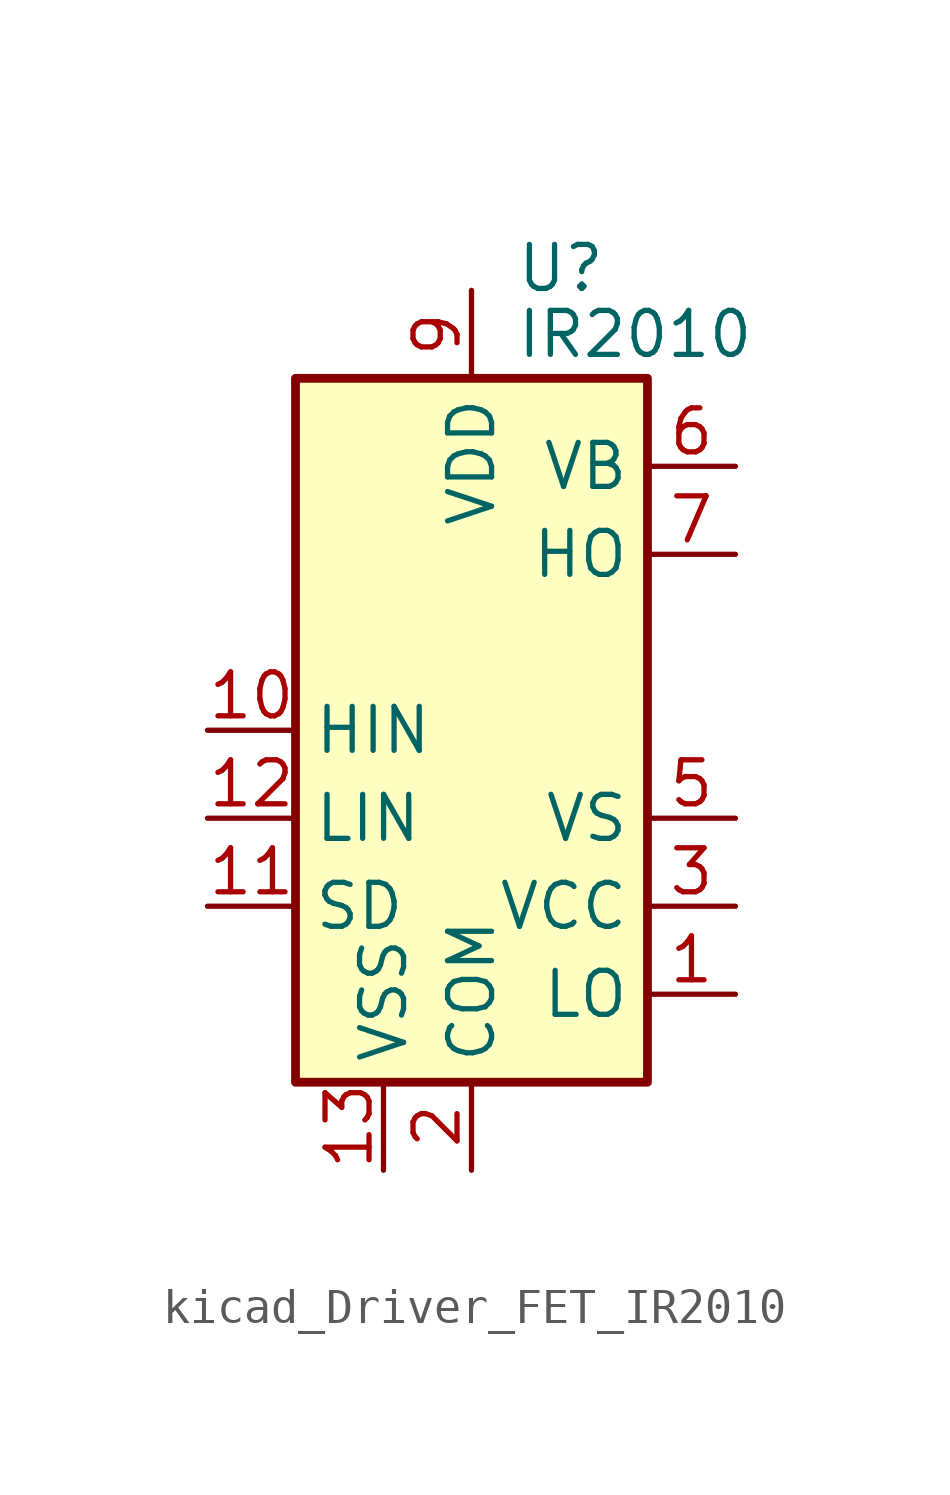
<source format=kicad_sym>
(kicad_symbol_lib
  (version 20220914)
  (generator kicad_symbol_editor)
  (symbol "kicad_Driver_FET_IR2010"
    (property "Reference" "U"
      (at 1.27 13.335 0)
      (effects (font (size 1.27 1.27)) (justify left)))
    (property "Value" "IR2010"
      (at 1.27 11.43 0)
      (effects (font (size 1.27 1.27)) (justify left)))
    (symbol "kicad_Driver_FET_IR2010_0_1"
      (rectangle (start -5.08 -10.16) (end 5.08 10.16) (stroke (width 0.254) (type default)) (fill (type background))))
    (symbol "kicad_Driver_FET_IR2010_1_1"
      (pin output line (at 7.62 -7.62 180) (length 2.54) (name "LO" (effects (font (size 1.27 1.27)))) (number "1" (effects (font (size 1.27 1.27)))))
      (pin input line (at -7.62 0 0) (length 2.54) (name "HIN" (effects (font (size 1.27 1.27)))) (number "10" (effects (font (size 1.27 1.27)))))
      (pin input line (at -7.62 -5.08 0) (length 2.54) (name "SD" (effects (font (size 1.27 1.27)))) (number "11" (effects (font (size 1.27 1.27)))))
      (pin input line (at -7.62 -2.54 0) (length 2.54) (name "LIN" (effects (font (size 1.27 1.27)))) (number "12" (effects (font (size 1.27 1.27)))))
      (pin power_in line (at -2.54 -12.7 90) (length 2.54) (name "VSS" (effects (font (size 1.27 1.27)))) (number "13" (effects (font (size 1.27 1.27)))))
      (pin no_connect line (at -5.08 2.54 0) (length 2.54) hide (name "NC" (effects (font (size 1.27 1.27)))) (number "14" (effects (font (size 1.27 1.27)))))
      (pin power_in line (at 0 -12.7 90) (length 2.54) (name "COM" (effects (font (size 1.27 1.27)))) (number "2" (effects (font (size 1.27 1.27)))))
      (pin power_in line (at 7.62 -5.08 180) (length 2.54) (name "VCC" (effects (font (size 1.27 1.27)))) (number "3" (effects (font (size 1.27 1.27)))))
      (pin no_connect line (at -5.08 7.62 0) (length 2.54) hide (name "NC" (effects (font (size 1.27 1.27)))) (number "4" (effects (font (size 1.27 1.27)))))
      (pin passive line (at 7.62 -2.54 180) (length 2.54) (name "VS" (effects (font (size 1.27 1.27)))) (number "5" (effects (font (size 1.27 1.27)))))
      (pin passive line (at 7.62 7.62 180) (length 2.54) (name "VB" (effects (font (size 1.27 1.27)))) (number "6" (effects (font (size 1.27 1.27)))))
      (pin output line (at 7.62 5.08 180) (length 2.54) (name "HO" (effects (font (size 1.27 1.27)))) (number "7" (effects (font (size 1.27 1.27)))))
      (pin no_connect line (at -5.08 5.08 0) (length 2.54) hide (name "NC" (effects (font (size 1.27 1.27)))) (number "8" (effects (font (size 1.27 1.27)))))
      (pin power_in line (at 0 12.7 270) (length 2.54) (name "VDD" (effects (font (size 1.27 1.27)))) (number "9" (effects (font (size 1.27 1.27))))))))
</source>
